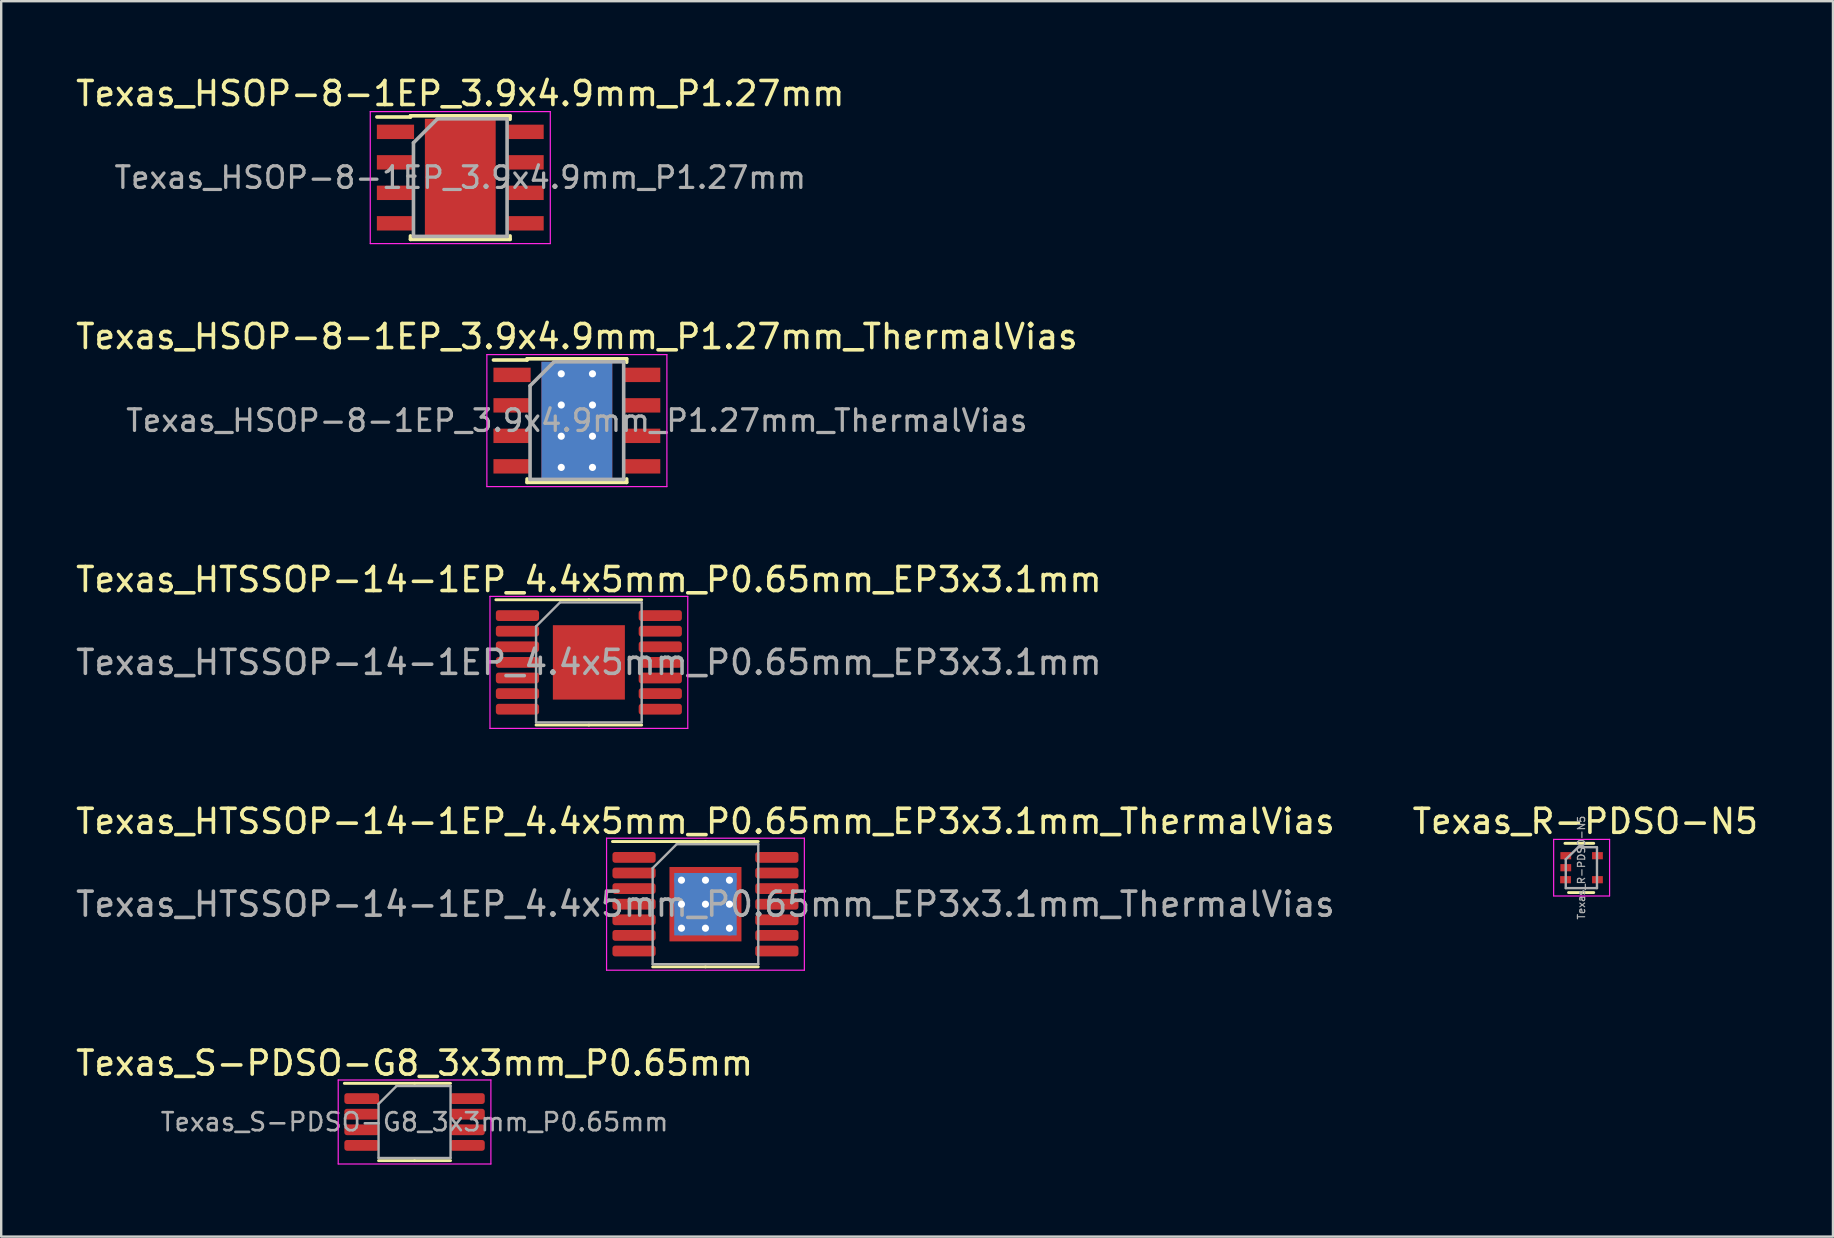
<source format=kicad_pcb>
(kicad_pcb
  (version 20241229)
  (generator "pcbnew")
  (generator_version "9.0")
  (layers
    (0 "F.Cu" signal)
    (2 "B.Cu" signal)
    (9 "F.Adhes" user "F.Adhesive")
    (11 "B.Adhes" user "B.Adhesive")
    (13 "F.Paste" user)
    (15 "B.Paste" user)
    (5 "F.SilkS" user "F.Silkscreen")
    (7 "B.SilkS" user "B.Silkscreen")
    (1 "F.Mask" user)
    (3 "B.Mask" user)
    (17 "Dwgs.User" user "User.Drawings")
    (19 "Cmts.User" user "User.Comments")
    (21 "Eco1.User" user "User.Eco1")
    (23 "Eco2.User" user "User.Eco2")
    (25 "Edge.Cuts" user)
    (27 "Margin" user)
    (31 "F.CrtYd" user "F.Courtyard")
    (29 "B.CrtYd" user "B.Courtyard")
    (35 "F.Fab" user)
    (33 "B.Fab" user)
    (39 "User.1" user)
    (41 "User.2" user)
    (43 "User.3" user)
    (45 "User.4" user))
  (footprint "Texas_HSOP-8-1EP_3.9x4.9mm_P1.27mm"
    (layer "F.Cu")
    (at 16.125 4.348)
    (property "Reference" "Texas_HSOP-8-1EP_3.9x4.9mm_P1.27mm" (at 0 -3.5 0) (layer "F.SilkS") (effects (font (size 1 1) (thickness 0.15))))
    (attr smd)
    (fp_line (start -2.075 -2.575) (end -2.075 -2.525) (stroke (width 0.15) (type solid)) (layer "F.SilkS"))
    (fp_line (start -2.075 -2.575) (end 2.075 -2.575) (stroke (width 0.15) (type solid)) (layer "F.SilkS"))
    (fp_line (start -2.075 -2.525) (end -3.475 -2.525) (stroke (width 0.15) (type solid)) (layer "F.SilkS"))
    (fp_line (start -2.075 2.575) (end -2.075 2.43) (stroke (width 0.15) (type solid)) (layer "F.SilkS"))
    (fp_line (start -2.075 2.575) (end 2.075 2.575) (stroke (width 0.15) (type solid)) (layer "F.SilkS"))
    (fp_line (start 2.075 -2.575) (end 2.075 -2.43) (stroke (width 0.15) (type solid)) (layer "F.SilkS"))
    (fp_line (start 2.075 2.575) (end 2.075 2.43) (stroke (width 0.15) (type solid)) (layer "F.SilkS"))
    (fp_line (start -3.75 -2.75) (end -3.75 2.75) (stroke (width 0.05) (type solid)) (layer "F.CrtYd"))
    (fp_line (start -3.75 -2.75) (end 3.75 -2.75) (stroke (width 0.05) (type solid)) (layer "F.CrtYd"))
    (fp_line (start -3.75 2.75) (end 3.75 2.75) (stroke (width 0.05) (type solid)) (layer "F.CrtYd"))
    (fp_line (start 3.75 -2.75) (end 3.75 2.75) (stroke (width 0.05) (type solid)) (layer "F.CrtYd"))
    (fp_line (start -1.95 -1.45) (end -0.95 -2.45) (stroke (width 0.15) (type solid)) (layer "F.Fab"))
    (fp_line (start -1.95 2.45) (end -1.95 -1.45) (stroke (width 0.15) (type solid)) (layer "F.Fab"))
    (fp_line (start -0.95 -2.45) (end 1.95 -2.45) (stroke (width 0.15) (type solid)) (layer "F.Fab"))
    (fp_line (start 1.95 -2.45) (end 1.95 2.45) (stroke (width 0.15) (type solid)) (layer "F.Fab"))
    (fp_line (start 1.95 2.45) (end -1.95 2.45) (stroke (width 0.15) (type solid)) (layer "F.Fab"))
    (fp_text user "${REFERENCE}" (at 0 0 0) (layer "F.Fab") (effects (font (size 0.9 0.9) (thickness 0.135))))
    (pad "" smd rect (at 0 0) (size 2.6 3.1) (layers "F.Mask"))
    (pad "" smd rect (at 0 0) (size 2.6 3.1) (layers "F.Paste"))
    (pad "1" smd rect (at -2.7 -1.905) (size 1.55 0.6) (layers "F.Cu" "F.Mask" "F.Paste"))
    (pad "2" smd rect (at -2.7 -0.635) (size 1.55 0.6) (layers "F.Cu" "F.Mask" "F.Paste"))
    (pad "3" smd rect (at -2.7 0.635) (size 1.55 0.6) (layers "F.Cu" "F.Mask" "F.Paste"))
    (pad "4" smd rect (at -2.7 1.905) (size 1.55 0.6) (layers "F.Cu" "F.Mask" "F.Paste"))
    (pad "5" smd rect (at 2.7 1.905) (size 1.55 0.6) (layers "F.Cu" "F.Mask" "F.Paste"))
    (pad "6" smd rect (at 2.7 0.635) (size 1.55 0.6) (layers "F.Cu" "F.Mask" "F.Paste"))
    (pad "7" smd rect (at 2.7 -0.635) (size 1.55 0.6) (layers "F.Cu" "F.Mask" "F.Paste"))
    (pad "8" smd rect (at 2.7 -1.905) (size 1.55 0.6) (layers "F.Cu" "F.Mask" "F.Paste"))
    (pad "9" smd rect (at 0 0) (size 2.95 4.9) (layers "F.Cu")))
  (footprint "Texas_HTSSOP-14-1EP_4.4x5mm_P0.65mm_EP3x3.1mm"
    (layer "F.Cu")
    (at 21.482 24.545)
    (property "Reference" "Texas_HTSSOP-14-1EP_4.4x5mm_P0.65mm_EP3x3.1mm" (at 0 -3.45 0) (layer "F.SilkS") (effects (font (size 1 1) (thickness 0.15))))
    (attr smd)
    (fp_line (start 0 -2.61) (end -3.875 -2.61) (stroke (width 0.12) (type solid)) (layer "F.SilkS"))
    (fp_line (start 0 -2.61) (end 2.2 -2.61) (stroke (width 0.12) (type solid)) (layer "F.SilkS"))
    (fp_line (start 0 2.61) (end -2.2 2.61) (stroke (width 0.12) (type solid)) (layer "F.SilkS"))
    (fp_line (start 0 2.61) (end 2.2 2.61) (stroke (width 0.12) (type solid)) (layer "F.SilkS"))
    (fp_line (start -4.12 -2.75) (end -4.12 2.75) (stroke (width 0.05) (type solid)) (layer "F.CrtYd"))
    (fp_line (start -4.12 2.75) (end 4.12 2.75) (stroke (width 0.05) (type solid)) (layer "F.CrtYd"))
    (fp_line (start 4.12 -2.75) (end -4.12 -2.75) (stroke (width 0.05) (type solid)) (layer "F.CrtYd"))
    (fp_line (start 4.12 2.75) (end 4.12 -2.75) (stroke (width 0.05) (type solid)) (layer "F.CrtYd"))
    (fp_line (start -2.2 -1.5) (end -1.2 -2.5) (stroke (width 0.1) (type solid)) (layer "F.Fab"))
    (fp_line (start -2.2 2.5) (end -2.2 -1.5) (stroke (width 0.1) (type solid)) (layer "F.Fab"))
    (fp_line (start -1.2 -2.5) (end 2.2 -2.5) (stroke (width 0.1) (type solid)) (layer "F.Fab"))
    (fp_line (start 2.2 -2.5) (end 2.2 2.5) (stroke (width 0.1) (type solid)) (layer "F.Fab"))
    (fp_line (start 2.2 2.5) (end -2.2 2.5) (stroke (width 0.1) (type solid)) (layer "F.Fab"))
    (fp_text user "${REFERENCE}" (at 0 0 0) (layer "F.Fab") (effects (font (size 1 1) (thickness 0.15))))
    (pad "" smd roundrect (at -0.75 -0.775) (size 1.21 1.25) (layers "F.Paste") (roundrect_rratio 0.207))
    (pad "" smd roundrect (at -0.75 0.775) (size 1.21 1.25) (layers "F.Paste") (roundrect_rratio 0.207))
    (pad "" smd roundrect (at 0.75 -0.775) (size 1.21 1.25) (layers "F.Paste") (roundrect_rratio 0.207))
    (pad "" smd roundrect (at 0.75 0.775) (size 1.21 1.25) (layers "F.Paste") (roundrect_rratio 0.207))
    (pad "1" smd roundrect (at -2.975 -1.95) (size 1.8 0.45) (layers "F.Cu" "F.Mask" "F.Paste") (roundrect_rratio 0.25))
    (pad "2" smd roundrect (at -2.975 -1.3) (size 1.8 0.45) (layers "F.Cu" "F.Mask" "F.Paste") (roundrect_rratio 0.25))
    (pad "3" smd roundrect (at -2.975 -0.65) (size 1.8 0.45) (layers "F.Cu" "F.Mask" "F.Paste") (roundrect_rratio 0.25))
    (pad "4" smd roundrect (at -2.975 0) (size 1.8 0.45) (layers "F.Cu" "F.Mask" "F.Paste") (roundrect_rratio 0.25))
    (pad "5" smd roundrect (at -2.975 0.65) (size 1.8 0.45) (layers "F.Cu" "F.Mask" "F.Paste") (roundrect_rratio 0.25))
    (pad "6" smd roundrect (at -2.975 1.3) (size 1.8 0.45) (layers "F.Cu" "F.Mask" "F.Paste") (roundrect_rratio 0.25))
    (pad "7" smd roundrect (at -2.975 1.95) (size 1.8 0.45) (layers "F.Cu" "F.Mask" "F.Paste") (roundrect_rratio 0.25))
    (pad "8" smd roundrect (at 2.975 1.95) (size 1.8 0.45) (layers "F.Cu" "F.Mask" "F.Paste") (roundrect_rratio 0.25))
    (pad "9" smd roundrect (at 2.975 1.3) (size 1.8 0.45) (layers "F.Cu" "F.Mask" "F.Paste") (roundrect_rratio 0.25))
    (pad "10" smd roundrect (at 2.975 0.65) (size 1.8 0.45) (layers "F.Cu" "F.Mask" "F.Paste") (roundrect_rratio 0.25))
    (pad "11" smd roundrect (at 2.975 0) (size 1.8 0.45) (layers "F.Cu" "F.Mask" "F.Paste") (roundrect_rratio 0.25))
    (pad "12" smd roundrect (at 2.975 -0.65) (size 1.8 0.45) (layers "F.Cu" "F.Mask" "F.Paste") (roundrect_rratio 0.25))
    (pad "13" smd roundrect (at 2.975 -1.3) (size 1.8 0.45) (layers "F.Cu" "F.Mask" "F.Paste") (roundrect_rratio 0.25))
    (pad "14" smd roundrect (at 2.975 -1.95) (size 1.8 0.45) (layers "F.Cu" "F.Mask" "F.Paste") (roundrect_rratio 0.25))
    (pad "15" smd rect (at 0 0) (size 3 3.1) (layers "F.Cu" "F.Mask")))
  (footprint "Texas_R-PDSO-N5"
    (layer "F.Cu")
    (at 62.834 33.098)
    (property "Reference" "Texas_R-PDSO-N5" (at 0.16 -1.93 0) (layer "F.SilkS") (effects (font (size 1 1) (thickness 0.15))))
    (attr smd)
    (fp_line (start -0.54 1.035) (end 0.51 1.035) (stroke (width 0.12) (type solid)) (layer "F.SilkS"))
    (fp_line (start 0.51 -1.015) (end -0.69 -1.015) (stroke (width 0.12) (type solid)) (layer "F.SilkS"))
    (fp_line (start -1.16 -1.18) (end -1.16 1.17) (stroke (width 0.05) (type solid)) (layer "F.CrtYd"))
    (fp_line (start -1.16 -1.18) (end 1.17 -1.18) (stroke (width 0.05) (type solid)) (layer "F.CrtYd"))
    (fp_line (start -1.16 1.18) (end 1.17 1.18) (stroke (width 0.05) (type solid)) (layer "F.CrtYd"))
    (fp_line (start 1.17 -1.18) (end 1.17 1.17) (stroke (width 0.05) (type solid)) (layer "F.CrtYd"))
    (fp_line (start -0.655 -0.35) (end -0.655 0.85) (stroke (width 0.1) (type solid)) (layer "F.Fab"))
    (fp_line (start -0.655 0.85) (end 0.645 0.85) (stroke (width 0.1) (type solid)) (layer "F.Fab"))
    (fp_line (start -0.135 -0.855) (end -0.655 -0.35) (stroke (width 0.1) (type solid)) (layer "F.Fab"))
    (fp_line (start -0.13 -0.855) (end 0.64 -0.855) (stroke (width 0.1) (type solid)) (layer "F.Fab"))
    (fp_line (start 0.645 0.85) (end 0.645 -0.85) (stroke (width 0.1) (type solid)) (layer "F.Fab"))
    (fp_text user "${REFERENCE}" (at -0.005 0 90) (layer "F.Fab") (effects (font (size 0.3 0.3) (thickness 0.05))))
    (pad "1" smd rect (at -0.655 -0.5 270) (size 0.3 0.45) (layers "F.Cu" "F.Mask" "F.Paste"))
    (pad "2" smd rect (at -0.655 0 270) (size 0.3 0.45) (layers "F.Cu" "F.Mask" "F.Paste"))
    (pad "3" smd rect (at -0.665 0.5 270) (size 0.3 0.45) (layers "F.Cu" "F.Mask" "F.Paste"))
    (pad "4" smd rect (at 0.665 0.5 270) (size 0.3 0.45) (layers "F.Cu" "F.Mask" "F.Paste"))
    (pad "5" smd rect (at 0.665 -0.5 270) (size 0.3 0.45) (layers "F.Cu" "F.Mask" "F.Paste")))
  (footprint "Texas_HSOP-8-1EP_3.9x4.9mm_P1.27mm_ThermalVias"
    (layer "F.Cu")
    (at 20.982 14.472)
    (property "Reference" "Texas_HSOP-8-1EP_3.9x4.9mm_P1.27mm_ThermalVias" (at 0 -3.5 0) (layer "F.SilkS") (effects (font (size 1 1) (thickness 0.15))))
    (attr smd)
    (fp_line (start -2.075 -2.575) (end -2.075 -2.525) (stroke (width 0.15) (type solid)) (layer "F.SilkS"))
    (fp_line (start -2.075 -2.575) (end 2.075 -2.575) (stroke (width 0.15) (type solid)) (layer "F.SilkS"))
    (fp_line (start -2.075 -2.525) (end -3.475 -2.525) (stroke (width 0.15) (type solid)) (layer "F.SilkS"))
    (fp_line (start -2.075 2.575) (end -2.075 2.43) (stroke (width 0.15) (type solid)) (layer "F.SilkS"))
    (fp_line (start -2.075 2.575) (end 2.075 2.575) (stroke (width 0.15) (type solid)) (layer "F.SilkS"))
    (fp_line (start 2.075 -2.575) (end 2.075 -2.43) (stroke (width 0.15) (type solid)) (layer "F.SilkS"))
    (fp_line (start 2.075 2.575) (end 2.075 2.43) (stroke (width 0.15) (type solid)) (layer "F.SilkS"))
    (fp_line (start -3.75 -2.75) (end -3.75 2.75) (stroke (width 0.05) (type solid)) (layer "F.CrtYd"))
    (fp_line (start -3.75 -2.75) (end 3.75 -2.75) (stroke (width 0.05) (type solid)) (layer "F.CrtYd"))
    (fp_line (start -3.75 2.75) (end 3.75 2.75) (stroke (width 0.05) (type solid)) (layer "F.CrtYd"))
    (fp_line (start 3.75 -2.75) (end 3.75 2.75) (stroke (width 0.05) (type solid)) (layer "F.CrtYd"))
    (fp_line (start -1.95 -1.45) (end -0.95 -2.45) (stroke (width 0.15) (type solid)) (layer "F.Fab"))
    (fp_line (start -1.95 2.45) (end -1.95 -1.45) (stroke (width 0.15) (type solid)) (layer "F.Fab"))
    (fp_line (start -0.95 -2.45) (end 1.95 -2.45) (stroke (width 0.15) (type solid)) (layer "F.Fab"))
    (fp_line (start 1.95 -2.45) (end 1.95 2.45) (stroke (width 0.15) (type solid)) (layer "F.Fab"))
    (fp_line (start 1.95 2.45) (end -1.95 2.45) (stroke (width 0.15) (type solid)) (layer "F.Fab"))
    (fp_text user "${REFERENCE}" (at 0 0 0) (layer "F.Fab") (effects (font (size 0.9 0.9) (thickness 0.135))))
    (pad "" smd rect (at 0 0) (size 2.6 3.1) (layers "F.Mask"))
    (pad "" smd rect (at 0 0) (size 2.6 3.1) (layers "F.Paste"))
    (pad "1" smd rect (at -2.7 -1.905) (size 1.55 0.6) (layers "F.Cu" "F.Mask" "F.Paste"))
    (pad "2" smd rect (at -2.7 -0.635) (size 1.55 0.6) (layers "F.Cu" "F.Mask" "F.Paste"))
    (pad "3" smd rect (at -2.7 0.635) (size 1.55 0.6) (layers "F.Cu" "F.Mask" "F.Paste"))
    (pad "4" smd rect (at -2.7 1.905) (size 1.55 0.6) (layers "F.Cu" "F.Mask" "F.Paste"))
    (pad "5" smd rect (at 2.7 1.905) (size 1.55 0.6) (layers "F.Cu" "F.Mask" "F.Paste"))
    (pad "6" smd rect (at 2.7 0.635) (size 1.55 0.6) (layers "F.Cu" "F.Mask" "F.Paste"))
    (pad "7" smd rect (at 2.7 -0.635) (size 1.55 0.6) (layers "F.Cu" "F.Mask" "F.Paste"))
    (pad "8" smd rect (at 2.7 -1.905) (size 1.55 0.6) (layers "F.Cu" "F.Mask" "F.Paste"))
    (pad "9" thru_hole circle (at -0.65 -1.95) (size 0.6 0.6) (drill 0.3) (layers "*.Cu"))
    (pad "9" thru_hole circle (at -0.65 -0.65) (size 0.6 0.6) (drill 0.3) (layers "*.Cu"))
    (pad "9" thru_hole circle (at -0.65 0.65) (size 0.6 0.6) (drill 0.3) (layers "*.Cu"))
    (pad "9" thru_hole circle (at -0.65 1.95) (size 0.6 0.6) (drill 0.3) (layers "*.Cu"))
    (pad "9" smd rect (at 0 0) (size 2.95 4.9) (layers "F.Cu"))
    (pad "9" smd rect (at 0 0) (size 2.95 4.9) (layers "B.Cu"))
    (pad "9" thru_hole circle (at 0.65 -1.95) (size 0.6 0.6) (drill 0.3) (layers "*.Cu"))
    (pad "9" thru_hole circle (at 0.65 -0.65) (size 0.6 0.6) (drill 0.3) (layers "*.Cu"))
    (pad "9" thru_hole circle (at 0.65 0.65) (size 0.6 0.6) (drill 0.3) (layers "*.Cu"))
    (pad "9" thru_hole circle (at 0.65 1.95) (size 0.6 0.6) (drill 0.3) (layers "*.Cu")))
  (footprint "Texas_S-PDSO-G8_3x3mm_P0.65mm"
    (layer "F.Cu")
    (at 14.22 43.691)
    (property "Reference" "Texas_S-PDSO-G8_3x3mm_P0.65mm" (at 0 -2.45 0) (layer "F.SilkS") (effects (font (size 1 1) (thickness 0.15))))
    (attr smd)
    (fp_line (start 0 -1.61) (end -2.925 -1.61) (stroke (width 0.12) (type solid)) (layer "F.SilkS"))
    (fp_line (start 0 -1.61) (end 1.5 -1.61) (stroke (width 0.12) (type solid)) (layer "F.SilkS"))
    (fp_line (start 0 1.61) (end -1.5 1.61) (stroke (width 0.12) (type solid)) (layer "F.SilkS"))
    (fp_line (start 0 1.61) (end 1.5 1.61) (stroke (width 0.12) (type solid)) (layer "F.SilkS"))
    (fp_line (start -3.18 -1.75) (end -3.18 1.75) (stroke (width 0.05) (type solid)) (layer "F.CrtYd"))
    (fp_line (start -3.18 1.75) (end 3.18 1.75) (stroke (width 0.05) (type solid)) (layer "F.CrtYd"))
    (fp_line (start 3.18 -1.75) (end -3.18 -1.75) (stroke (width 0.05) (type solid)) (layer "F.CrtYd"))
    (fp_line (start 3.18 1.75) (end 3.18 -1.75) (stroke (width 0.05) (type solid)) (layer "F.CrtYd"))
    (fp_line (start -1.5 -0.75) (end -0.75 -1.5) (stroke (width 0.1) (type solid)) (layer "F.Fab"))
    (fp_line (start -1.5 1.5) (end -1.5 -0.75) (stroke (width 0.1) (type solid)) (layer "F.Fab"))
    (fp_line (start -0.75 -1.5) (end 1.5 -1.5) (stroke (width 0.1) (type solid)) (layer "F.Fab"))
    (fp_line (start 1.5 -1.5) (end 1.5 1.5) (stroke (width 0.1) (type solid)) (layer "F.Fab"))
    (fp_line (start 1.5 1.5) (end -1.5 1.5) (stroke (width 0.1) (type solid)) (layer "F.Fab"))
    (fp_text user "${REFERENCE}" (at 0 0 0) (layer "F.Fab") (effects (font (size 0.75 0.75) (thickness 0.11))))
    (pad "1" smd roundrect (at -2.2 -0.975) (size 1.45 0.45) (layers "F.Cu" "F.Mask" "F.Paste") (roundrect_rratio 0.25))
    (pad "2" smd roundrect (at -2.2 -0.325) (size 1.45 0.45) (layers "F.Cu" "F.Mask" "F.Paste") (roundrect_rratio 0.25))
    (pad "3" smd roundrect (at -2.2 0.325) (size 1.45 0.45) (layers "F.Cu" "F.Mask" "F.Paste") (roundrect_rratio 0.25))
    (pad "4" smd roundrect (at -2.2 0.975) (size 1.45 0.45) (layers "F.Cu" "F.Mask" "F.Paste") (roundrect_rratio 0.25))
    (pad "5" smd roundrect (at 2.2 0.975) (size 1.45 0.45) (layers "F.Cu" "F.Mask" "F.Paste") (roundrect_rratio 0.25))
    (pad "6" smd roundrect (at 2.2 0.325) (size 1.45 0.45) (layers "F.Cu" "F.Mask" "F.Paste") (roundrect_rratio 0.25))
    (pad "7" smd roundrect (at 2.2 -0.325) (size 1.45 0.45) (layers "F.Cu" "F.Mask" "F.Paste") (roundrect_rratio 0.25))
    (pad "8" smd roundrect (at 2.2 -0.975) (size 1.45 0.45) (layers "F.Cu" "F.Mask" "F.Paste") (roundrect_rratio 0.25)))
  (footprint "Texas_HTSSOP-14-1EP_4.4x5mm_P0.65mm_EP3x3.1mm_ThermalVias"
    (layer "F.Cu")
    (at 26.339 34.618)
    (property "Reference" "Texas_HTSSOP-14-1EP_4.4x5mm_P0.65mm_EP3x3.1mm_ThermalVias" (at 0 -3.45 0) (layer "F.SilkS") (effects (font (size 1 1) (thickness 0.15))))
    (attr smd)
    (fp_line (start 0 -2.61) (end -3.875 -2.61) (stroke (width 0.12) (type solid)) (layer "F.SilkS"))
    (fp_line (start 0 -2.61) (end 2.2 -2.61) (stroke (width 0.12) (type solid)) (layer "F.SilkS"))
    (fp_line (start 0 2.61) (end -2.2 2.61) (stroke (width 0.12) (type solid)) (layer "F.SilkS"))
    (fp_line (start 0 2.61) (end 2.2 2.61) (stroke (width 0.12) (type solid)) (layer "F.SilkS"))
    (fp_line (start -4.12 -2.75) (end -4.12 2.75) (stroke (width 0.05) (type solid)) (layer "F.CrtYd"))
    (fp_line (start -4.12 2.75) (end 4.12 2.75) (stroke (width 0.05) (type solid)) (layer "F.CrtYd"))
    (fp_line (start 4.12 -2.75) (end -4.12 -2.75) (stroke (width 0.05) (type solid)) (layer "F.CrtYd"))
    (fp_line (start 4.12 2.75) (end 4.12 -2.75) (stroke (width 0.05) (type solid)) (layer "F.CrtYd"))
    (fp_line (start -2.2 -1.5) (end -1.2 -2.5) (stroke (width 0.1) (type solid)) (layer "F.Fab"))
    (fp_line (start -2.2 2.5) (end -2.2 -1.5) (stroke (width 0.1) (type solid)) (layer "F.Fab"))
    (fp_line (start -1.2 -2.5) (end 2.2 -2.5) (stroke (width 0.1) (type solid)) (layer "F.Fab"))
    (fp_line (start 2.2 -2.5) (end 2.2 2.5) (stroke (width 0.1) (type solid)) (layer "F.Fab"))
    (fp_line (start 2.2 2.5) (end -2.2 2.5) (stroke (width 0.1) (type solid)) (layer "F.Fab"))
    (fp_text user "${REFERENCE}" (at 0 0 0) (layer "F.Fab") (effects (font (size 1 1) (thickness 0.15))))
    (pad "" smd roundrect (at 0 -0.775) (size 2.42 1.25) (layers "F.Paste") (roundrect_rratio 0.2))
    (pad "" smd roundrect (at 0 0.775) (size 2.42 1.25) (layers "F.Paste") (roundrect_rratio 0.2))
    (pad "1" smd roundrect (at -2.975 -1.95) (size 1.8 0.45) (layers "F.Cu" "F.Mask" "F.Paste") (roundrect_rratio 0.25))
    (pad "2" smd roundrect (at -2.975 -1.3) (size 1.8 0.45) (layers "F.Cu" "F.Mask" "F.Paste") (roundrect_rratio 0.25))
    (pad "3" smd roundrect (at -2.975 -0.65) (size 1.8 0.45) (layers "F.Cu" "F.Mask" "F.Paste") (roundrect_rratio 0.25))
    (pad "4" smd roundrect (at -2.975 0) (size 1.8 0.45) (layers "F.Cu" "F.Mask" "F.Paste") (roundrect_rratio 0.25))
    (pad "5" smd roundrect (at -2.975 0.65) (size 1.8 0.45) (layers "F.Cu" "F.Mask" "F.Paste") (roundrect_rratio 0.25))
    (pad "6" smd roundrect (at -2.975 1.3) (size 1.8 0.45) (layers "F.Cu" "F.Mask" "F.Paste") (roundrect_rratio 0.25))
    (pad "7" smd roundrect (at -2.975 1.95) (size 1.8 0.45) (layers "F.Cu" "F.Mask" "F.Paste") (roundrect_rratio 0.25))
    (pad "8" smd roundrect (at 2.975 1.95) (size 1.8 0.45) (layers "F.Cu" "F.Mask" "F.Paste") (roundrect_rratio 0.25))
    (pad "9" smd roundrect (at 2.975 1.3) (size 1.8 0.45) (layers "F.Cu" "F.Mask" "F.Paste") (roundrect_rratio 0.25))
    (pad "10" smd roundrect (at 2.975 0.65) (size 1.8 0.45) (layers "F.Cu" "F.Mask" "F.Paste") (roundrect_rratio 0.25))
    (pad "11" smd roundrect (at 2.975 0) (size 1.8 0.45) (layers "F.Cu" "F.Mask" "F.Paste") (roundrect_rratio 0.25))
    (pad "12" smd roundrect (at 2.975 -0.65) (size 1.8 0.45) (layers "F.Cu" "F.Mask" "F.Paste") (roundrect_rratio 0.25))
    (pad "13" smd roundrect (at 2.975 -1.3) (size 1.8 0.45) (layers "F.Cu" "F.Mask" "F.Paste") (roundrect_rratio 0.25))
    (pad "14" smd roundrect (at 2.975 -1.95) (size 1.8 0.45) (layers "F.Cu" "F.Mask" "F.Paste") (roundrect_rratio 0.25))
    (pad "15" thru_hole circle (at -1 -1) (size 0.6 0.6) (drill 0.3) (layers "*.Cu"))
    (pad "15" thru_hole circle (at -1 0) (size 0.6 0.6) (drill 0.3) (layers "*.Cu"))
    (pad "15" thru_hole circle (at -1 1) (size 0.6 0.6) (drill 0.3) (layers "*.Cu"))
    (pad "15" thru_hole circle (at 0 -1) (size 0.6 0.6) (drill 0.3) (layers "*.Cu"))
    (pad "15" thru_hole circle (at 0 0) (size 0.6 0.6) (drill 0.3) (layers "*.Cu"))
    (pad "15" smd rect (at 0 0) (size 2.6 2.6) (layers "B.Cu"))
    (pad "15" smd rect (at 0 0) (size 3 3.1) (layers "F.Cu" "F.Mask"))
    (pad "15" thru_hole circle (at 0 1) (size 0.6 0.6) (drill 0.3) (layers "*.Cu"))
    (pad "15" thru_hole circle (at 1 -1) (size 0.6 0.6) (drill 0.3) (layers "*.Cu"))
    (pad "15" thru_hole circle (at 1 0) (size 0.6 0.6) (drill 0.3) (layers "*.Cu"))
    (pad "15" thru_hole circle (at 1 1) (size 0.6 0.6) (drill 0.3) (layers "*.Cu")))
  (gr_rect
    (start -3 -3)
    (end 73.31 48.466)
    (stroke (width 0.1) (type default))
    (fill no)
    (layer "Edge.Cuts")))
</source>
